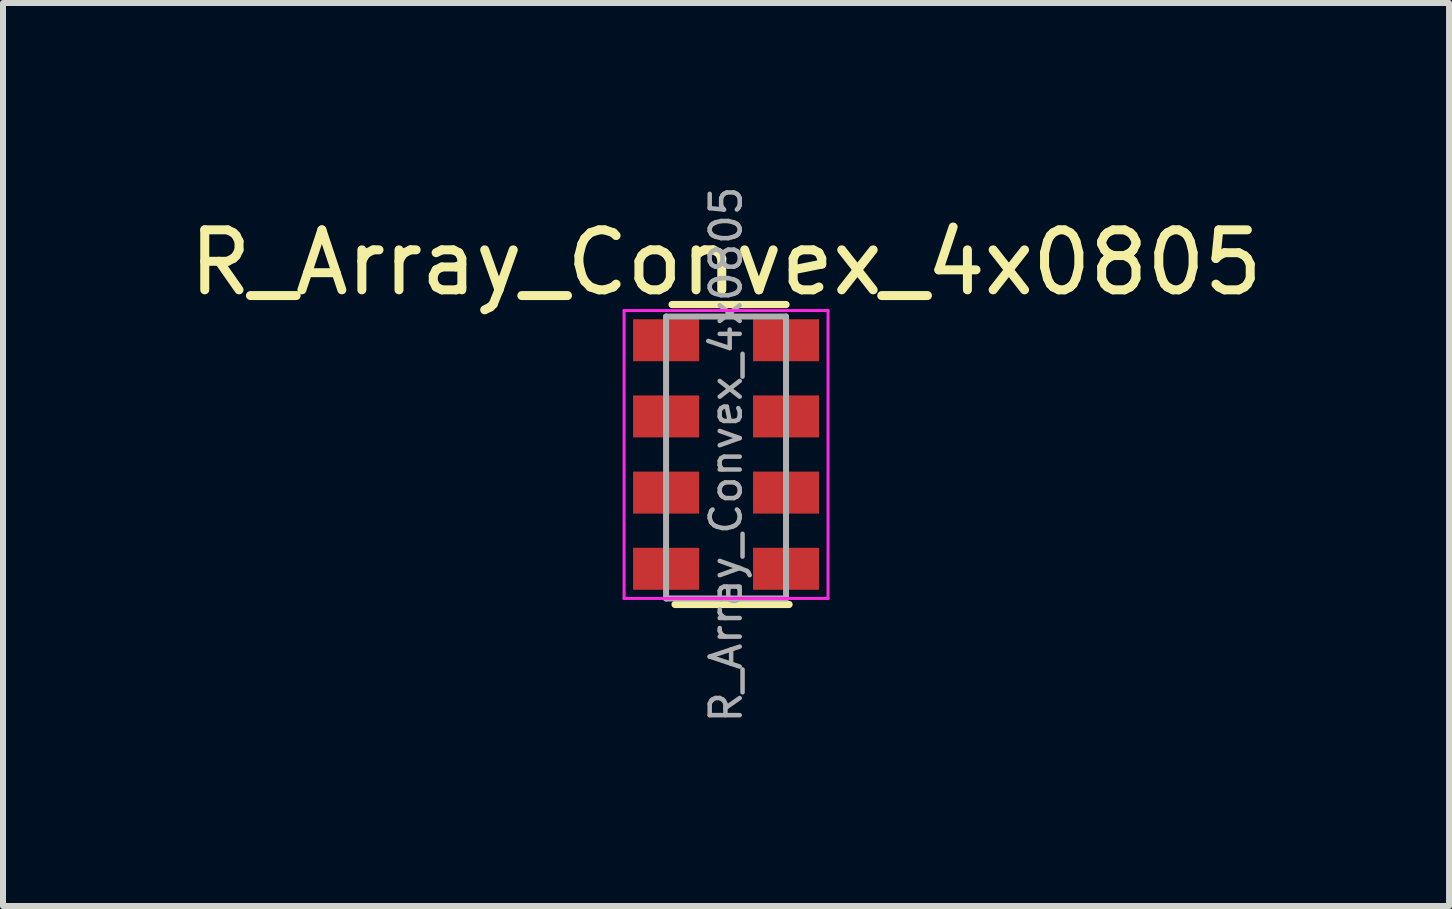
<source format=kicad_pcb>
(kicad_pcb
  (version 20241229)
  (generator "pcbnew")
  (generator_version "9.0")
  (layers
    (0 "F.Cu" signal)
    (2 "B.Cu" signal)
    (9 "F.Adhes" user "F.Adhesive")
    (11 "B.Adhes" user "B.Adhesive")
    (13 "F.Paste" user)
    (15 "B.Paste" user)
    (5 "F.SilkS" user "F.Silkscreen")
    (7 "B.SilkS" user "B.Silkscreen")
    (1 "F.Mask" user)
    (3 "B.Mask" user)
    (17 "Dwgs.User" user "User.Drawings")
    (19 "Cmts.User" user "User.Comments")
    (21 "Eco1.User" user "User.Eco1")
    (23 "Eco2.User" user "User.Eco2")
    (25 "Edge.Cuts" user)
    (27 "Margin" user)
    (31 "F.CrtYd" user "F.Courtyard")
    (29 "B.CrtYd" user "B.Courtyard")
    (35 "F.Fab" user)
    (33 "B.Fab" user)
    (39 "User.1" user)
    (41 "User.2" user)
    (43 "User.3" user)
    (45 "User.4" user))
  (footprint "R_Array_Convex_4x0805"
    (layer "F.Cu")
    (at 9.054 4.527)
    (property "Reference" "R_Array_Convex_4x0805" (at 0 -3.2 0) (layer "F.SilkS") (effects (font (size 1 1) (thickness 0.15))))
    (attr smd)
    (fp_line (start 1 -2.5) (end -0.9 -2.5) (stroke (width 0.12) (type solid)) (layer "F.SilkS"))
    (fp_line (start 1.05 2.5) (end -0.85 2.5) (stroke (width 0.12) (type solid)) (layer "F.SilkS"))
    (fp_line (start -1.7 -2.4) (end -1.7 2.4) (stroke (width 0.05) (type solid)) (layer "F.CrtYd"))
    (fp_line (start -1.7 -2.4) (end 1.7 -2.4) (stroke (width 0.05) (type solid)) (layer "F.CrtYd"))
    (fp_line (start 1.7 2.4) (end -1.7 2.4) (stroke (width 0.05) (type solid)) (layer "F.CrtYd"))
    (fp_line (start 1.7 2.4) (end 1.7 -2.4) (stroke (width 0.05) (type solid)) (layer "F.CrtYd"))
    (fp_line (start -1 -2.3) (end 1 -2.3) (stroke (width 0.1) (type solid)) (layer "F.Fab"))
    (fp_line (start -1 2.4) (end -1 -2.3) (stroke (width 0.1) (type solid)) (layer "F.Fab"))
    (fp_line (start 1 -2.3) (end 1 2.4) (stroke (width 0.1) (type solid)) (layer "F.Fab"))
    (fp_line (start 1 2.4) (end -1 2.4) (stroke (width 0.1) (type solid)) (layer "F.Fab"))
    (fp_text user "${REFERENCE}" (at 0 0 90) (layer "F.Fab") (effects (font (size 0.5 0.5) (thickness 0.075))))
    (pad "1" smd rect (at -1 -1.905) (size 1.1 0.7) (layers "F.Cu" "F.Mask" "F.Paste"))
    (pad "2" smd rect (at -1 -0.635) (size 1.1 0.7) (layers "F.Cu" "F.Mask" "F.Paste"))
    (pad "3" smd rect (at -1 0.635) (size 1.1 0.7) (layers "F.Cu" "F.Mask" "F.Paste"))
    (pad "4" smd rect (at -1 1.905) (size 1.1 0.7) (layers "F.Cu" "F.Mask" "F.Paste"))
    (pad "5" smd rect (at 1 1.905) (size 1.1 0.7) (layers "F.Cu" "F.Mask" "F.Paste"))
    (pad "6" smd rect (at 1 0.635) (size 1.1 0.7) (layers "F.Cu" "F.Mask" "F.Paste"))
    (pad "7" smd rect (at 1 -0.635) (size 1.1 0.7) (layers "F.Cu" "F.Mask" "F.Paste"))
    (pad "8" smd rect (at 1 -1.905) (size 1.1 0.7) (layers "F.Cu" "F.Mask" "F.Paste")))
  (gr_rect
    (start -3 -3)
    (end 21.107 12.054)
    (stroke (width 0.1) (type default))
    (fill no)
    (layer "Edge.Cuts")))
</source>
